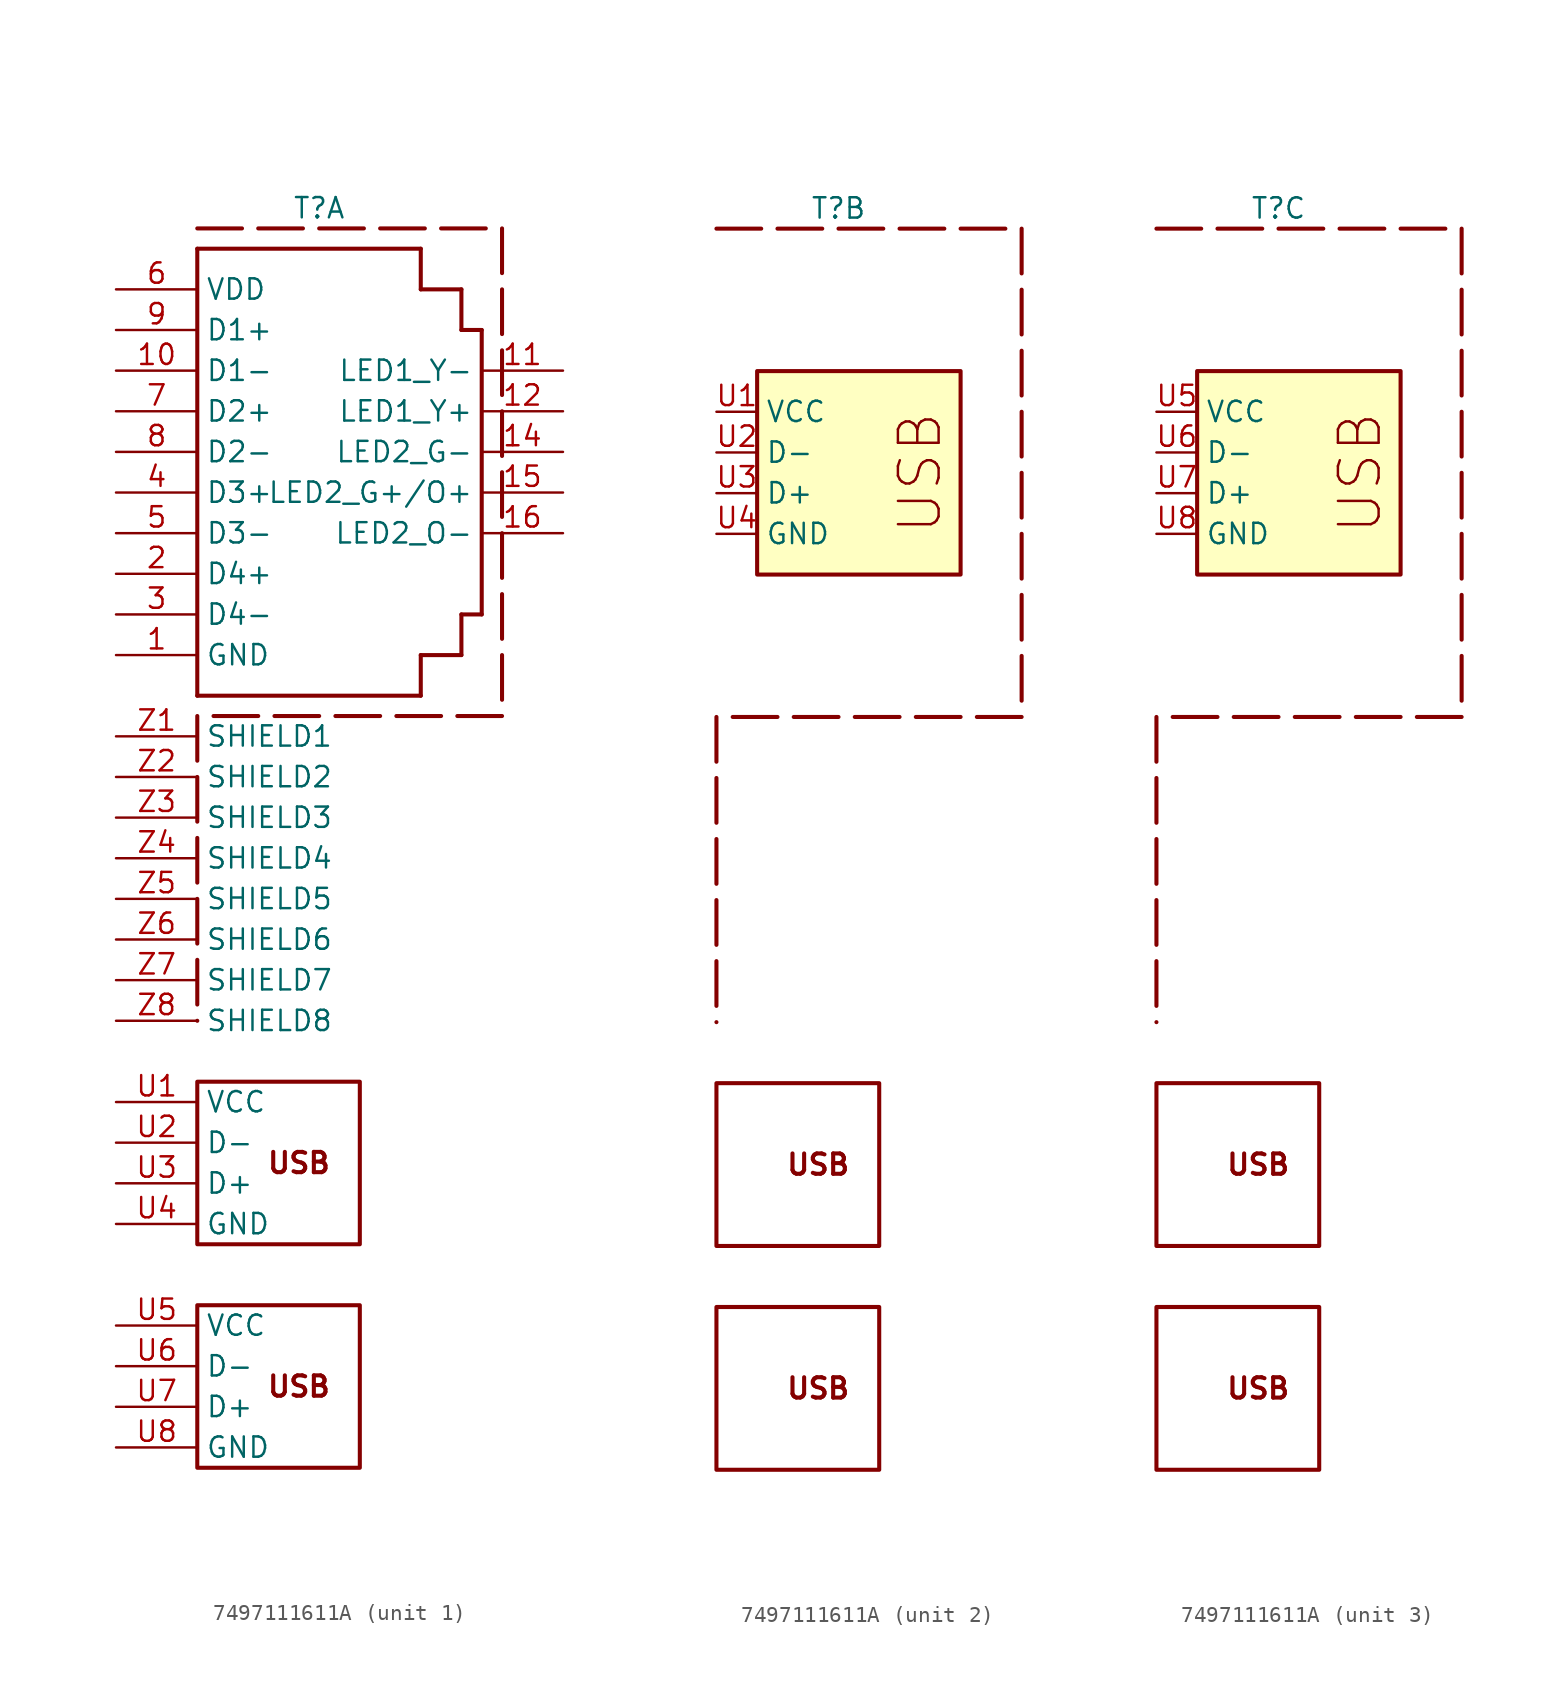
<source format=kicad_sym>
(kicad_symbol_lib
  (version 20220914)
  (generator kicad_symbol_editor)
  (symbol "7497111611A"
    (property "Reference" "T"
      (at 0 17.78 0)
      (effects (font (size 1.27 1.27))))
    (property "Critical Parameter" ""
      (at 0 -5.08 0)
      (effects (font (size 1.27 1.27)) (justify left)))
    (symbol "7497111611A_0_1"
      (rectangle (start -7.62 -50.8) (end 2.54 -60.96) (stroke (width 0.254) (type default)) (fill (type none)))
      (rectangle (start -7.62 -36.83) (end 2.54 -46.99) (stroke (width 0.254) (type default)) (fill (type none)))
      (polyline (pts (xy -7.62 16.51) (xy 11.43 16.51) (xy 11.43 -13.97) (xy -7.62 -13.97) (xy -7.62 -33.02)) (stroke (width 0.254) (type dash)) (fill (type none)))
      (text "USB" (at -1.27 -55.88 0) (effects (font (size 1.27 1.27) bold)))
      (text "USB" (at -1.27 -41.91 0) (effects (font (size 1.27 1.27) bold))))
    (symbol "7497111611A_1_0"
      (polyline (pts (xy -7.62 -12.7) (xy -7.62 15.24)) (stroke (width 0.254) (type default)) (fill (type none)))
      (polyline (pts (xy -7.62 15.24) (xy 6.35 15.24)) (stroke (width 0.254) (type default)) (fill (type none)))
      (polyline (pts (xy 6.35 -12.7) (xy -7.62 -12.7)) (stroke (width 0.254) (type default)) (fill (type none)))
      (polyline (pts (xy 6.35 -12.7) (xy 6.35 -10.16)) (stroke (width 0.254) (type default)) (fill (type none)))
      (polyline (pts (xy 6.35 -10.16) (xy 8.89 -10.16)) (stroke (width 0.254) (type default)) (fill (type none)))
      (polyline (pts (xy 6.35 12.7) (xy 8.89 12.7)) (stroke (width 0.254) (type default)) (fill (type none)))
      (polyline (pts (xy 6.35 15.24) (xy 6.35 12.7)) (stroke (width 0.254) (type default)) (fill (type none)))
      (polyline (pts (xy 8.89 -10.16) (xy 8.89 -7.62)) (stroke (width 0.254) (type default)) (fill (type none)))
      (polyline (pts (xy 8.89 -7.62) (xy 10.16 -7.62)) (stroke (width 0.254) (type default)) (fill (type none)))
      (polyline (pts (xy 8.89 10.16) (xy 10.16 10.16)) (stroke (width 0.254) (type default)) (fill (type none)))
      (polyline (pts (xy 8.89 12.7) (xy 8.89 10.16)) (stroke (width 0.254) (type default)) (fill (type none)))
      (polyline (pts (xy 10.16 10.16) (xy 10.16 -7.62)) (stroke (width 0.254) (type default)) (fill (type none)))
      (pin passive line (at -12.7 -10.16 0) (length 5.08) (name "GND" (effects (font (size 1.27 1.27)))) (number "1" (effects (font (size 1.27 1.27)))))
      (pin passive line (at -12.7 7.62 0) (length 5.08) (name "D1-" (effects (font (size 1.27 1.27)))) (number "10" (effects (font (size 1.27 1.27)))))
      (pin passive line (at 15.24 7.62 180) (length 5.08) (name "LED1_Y-" (effects (font (size 1.27 1.27)))) (number "11" (effects (font (size 1.27 1.27)))))
      (pin passive line (at 15.24 5.08 180) (length 5.08) (name "LED1_Y+" (effects (font (size 1.27 1.27)))) (number "12" (effects (font (size 1.27 1.27)))))
      (pin passive line (at 15.24 2.54 180) (length 5.08) (name "LED2_G-" (effects (font (size 1.27 1.27)))) (number "14" (effects (font (size 1.27 1.27)))))
      (pin passive line (at 15.24 0 180) (length 5.08) (name "LED2_G+/O+" (effects (font (size 1.27 1.27)))) (number "15" (effects (font (size 1.27 1.27)))))
      (pin passive line (at 15.24 -2.54 180) (length 5.08) (name "LED2_O-" (effects (font (size 1.27 1.27)))) (number "16" (effects (font (size 1.27 1.27)))))
      (pin passive line (at -12.7 -5.08 0) (length 5.08) (name "D4+" (effects (font (size 1.27 1.27)))) (number "2" (effects (font (size 1.27 1.27)))))
      (pin passive line (at -12.7 -7.62 0) (length 5.08) (name "D4-" (effects (font (size 1.27 1.27)))) (number "3" (effects (font (size 1.27 1.27)))))
      (pin passive line (at -12.7 0 0) (length 5.08) (name "D3+" (effects (font (size 1.27 1.27)))) (number "4" (effects (font (size 1.27 1.27)))))
      (pin passive line (at -12.7 -2.54 0) (length 5.08) (name "D3-" (effects (font (size 1.27 1.27)))) (number "5" (effects (font (size 1.27 1.27)))))
      (pin passive line (at -12.7 12.7 0) (length 5.08) (name "VDD" (effects (font (size 1.27 1.27)))) (number "6" (effects (font (size 1.27 1.27)))))
      (pin passive line (at -12.7 5.08 0) (length 5.08) (name "D2+" (effects (font (size 1.27 1.27)))) (number "7" (effects (font (size 1.27 1.27)))))
      (pin passive line (at -12.7 2.54 0) (length 5.08) (name "D2-" (effects (font (size 1.27 1.27)))) (number "8" (effects (font (size 1.27 1.27)))))
      (pin passive line (at -12.7 10.16 0) (length 5.08) (name "D1+" (effects (font (size 1.27 1.27)))) (number "9" (effects (font (size 1.27 1.27)))))
      (pin passive line (at -12.7 -38.1 0) (length 5.08) (name "VCC" (effects (font (size 1.27 1.27)))) (number "U1" (effects (font (size 1.27 1.27)))))
      (pin passive line (at -12.7 -40.64 0) (length 5.08) (name "D-" (effects (font (size 1.27 1.27)))) (number "U2" (effects (font (size 1.27 1.27)))))
      (pin passive line (at -12.7 -43.18 0) (length 5.08) (name "D+" (effects (font (size 1.27 1.27)))) (number "U3" (effects (font (size 1.27 1.27)))))
      (pin passive line (at -12.7 -45.72 0) (length 5.08) (name "GND" (effects (font (size 1.27 1.27)))) (number "U4" (effects (font (size 1.27 1.27)))))
      (pin passive line (at -12.7 -52.07 0) (length 5.08) (name "VCC" (effects (font (size 1.27 1.27)))) (number "U5" (effects (font (size 1.27 1.27)))))
      (pin passive line (at -12.7 -54.61 0) (length 5.08) (name "D-" (effects (font (size 1.27 1.27)))) (number "U6" (effects (font (size 1.27 1.27)))))
      (pin passive line (at -12.7 -57.15 0) (length 5.08) (name "D+" (effects (font (size 1.27 1.27)))) (number "U7" (effects (font (size 1.27 1.27)))))
      (pin passive line (at -12.7 -59.69 0) (length 5.08) (name "GND" (effects (font (size 1.27 1.27)))) (number "U8" (effects (font (size 1.27 1.27)))))
      (pin passive line (at -12.7 -15.24 0) (length 5.08) (name "SHIELD1" (effects (font (size 1.27 1.27)))) (number "Z1" (effects (font (size 1.27 1.27)))))
      (pin passive line (at -12.7 -17.78 0) (length 5.08) (name "SHIELD2" (effects (font (size 1.27 1.27)))) (number "Z2" (effects (font (size 1.27 1.27)))))
      (pin passive line (at -12.7 -20.32 0) (length 5.08) (name "SHIELD3" (effects (font (size 1.27 1.27)))) (number "Z3" (effects (font (size 1.27 1.27)))))
      (pin passive line (at -12.7 -22.86 0) (length 5.08) (name "SHIELD4" (effects (font (size 1.27 1.27)))) (number "Z4" (effects (font (size 1.27 1.27)))))
      (pin passive line (at -12.7 -25.4 0) (length 5.08) (name "SHIELD5" (effects (font (size 1.27 1.27)))) (number "Z5" (effects (font (size 1.27 1.27)))))
      (pin passive line (at -12.7 -27.94 0) (length 5.08) (name "SHIELD6" (effects (font (size 1.27 1.27)))) (number "Z6" (effects (font (size 1.27 1.27)))))
      (pin passive line (at -12.7 -30.48 0) (length 5.08) (name "SHIELD7" (effects (font (size 1.27 1.27)))) (number "Z7" (effects (font (size 1.27 1.27)))))
      (pin passive line (at -12.7 -33.02 0) (length 5.08) (name "SHIELD8" (effects (font (size 1.27 1.27)))) (number "Z8" (effects (font (size 1.27 1.27))))))
    (symbol "7497111611A_2_0"
      (rectangle (start -5.08 -5.08) (end 7.62 7.62) (stroke (width 0.254) (type default)) (fill (type background)))
      (text "USB" (at 5.08 1.27 900) (effects (font (size 2.54 2.54))))
      (pin passive line (at -7.62 5.08 0) (length 2.54) (name "VCC" (effects (font (size 1.27 1.27)))) (number "U1" (effects (font (size 1.27 1.27)))))
      (pin passive line (at -7.62 2.54 0) (length 2.54) (name "D-" (effects (font (size 1.27 1.27)))) (number "U2" (effects (font (size 1.27 1.27)))))
      (pin passive line (at -7.62 0 0) (length 2.54) (name "D+" (effects (font (size 1.27 1.27)))) (number "U3" (effects (font (size 1.27 1.27)))))
      (pin passive line (at -7.62 -2.54 0) (length 2.54) (name "GND" (effects (font (size 1.27 1.27)))) (number "U4" (effects (font (size 1.27 1.27))))))
    (symbol "7497111611A_3_0"
      (rectangle (start -5.08 -5.08) (end 7.62 7.62) (stroke (width 0.254) (type default)) (fill (type background)))
      (text "USB" (at 5.08 1.27 900) (effects (font (size 2.54 2.54))))
      (pin passive line (at -7.62 5.08 0) (length 2.54) (name "VCC" (effects (font (size 1.27 1.27)))) (number "U5" (effects (font (size 1.27 1.27)))))
      (pin passive line (at -7.62 2.54 0) (length 2.54) (name "D-" (effects (font (size 1.27 1.27)))) (number "U6" (effects (font (size 1.27 1.27)))))
      (pin passive line (at -7.62 0 0) (length 2.54) (name "D+" (effects (font (size 1.27 1.27)))) (number "U7" (effects (font (size 1.27 1.27)))))
      (pin passive line (at -7.62 -2.54 0) (length 2.54) (name "GND" (effects (font (size 1.27 1.27)))) (number "U8" (effects (font (size 1.27 1.27))))))))
</source>
